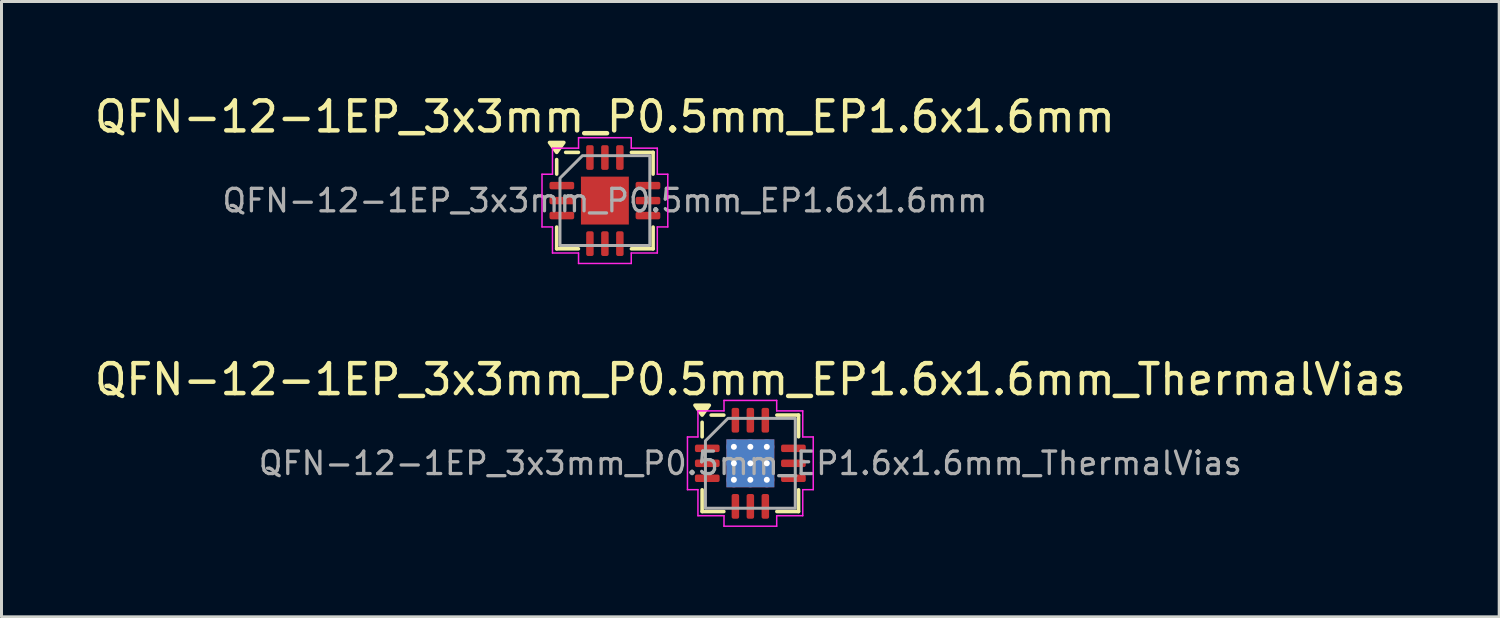
<source format=kicad_pcb>
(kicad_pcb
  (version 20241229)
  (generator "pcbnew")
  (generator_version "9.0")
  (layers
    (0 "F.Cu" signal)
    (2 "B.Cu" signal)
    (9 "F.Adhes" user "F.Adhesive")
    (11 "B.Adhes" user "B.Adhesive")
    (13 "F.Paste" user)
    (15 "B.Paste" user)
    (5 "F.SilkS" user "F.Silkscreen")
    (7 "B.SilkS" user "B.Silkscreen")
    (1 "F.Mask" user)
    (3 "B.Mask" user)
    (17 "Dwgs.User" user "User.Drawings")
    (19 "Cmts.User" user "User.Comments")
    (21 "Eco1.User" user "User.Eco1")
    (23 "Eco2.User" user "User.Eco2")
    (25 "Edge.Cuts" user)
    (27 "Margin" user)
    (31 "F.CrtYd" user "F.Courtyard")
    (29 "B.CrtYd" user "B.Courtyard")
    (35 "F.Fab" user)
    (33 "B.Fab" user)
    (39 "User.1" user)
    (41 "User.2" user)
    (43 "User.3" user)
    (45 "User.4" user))
  (footprint "QFN-12-1EP_3x3mm_P0.5mm_EP1.6x1.6mm_ThermalVias"
    (layer "F.Cu")
    (at 22.006 12.421)
    (property "Reference" "QFN-12-1EP_3x3mm_P0.5mm_EP1.6x1.6mm_ThermalVias" (at 0 -2.8 0) (layer "F.SilkS") (effects (font (size 1 1) (thickness 0.15))))
    (attr smd)
    (fp_line (start -1.61 -0.885) (end -1.61 -1.37) (stroke (width 0.12) (type solid)) (layer "F.SilkS"))
    (fp_line (start -1.61 1.61) (end -1.61 0.885) (stroke (width 0.12) (type solid)) (layer "F.SilkS"))
    (fp_line (start -0.885 -1.61) (end -1.31 -1.61) (stroke (width 0.12) (type solid)) (layer "F.SilkS"))
    (fp_line (start -0.885 1.61) (end -1.61 1.61) (stroke (width 0.12) (type solid)) (layer "F.SilkS"))
    (fp_line (start 0.885 -1.61) (end 1.61 -1.61) (stroke (width 0.12) (type solid)) (layer "F.SilkS"))
    (fp_line (start 0.885 1.61) (end 1.61 1.61) (stroke (width 0.12) (type solid)) (layer "F.SilkS"))
    (fp_line (start 1.61 -1.61) (end 1.61 -0.885) (stroke (width 0.12) (type solid)) (layer "F.SilkS"))
    (fp_line (start 1.61 1.61) (end 1.61 0.885) (stroke (width 0.12) (type solid)) (layer "F.SilkS"))
    (fp_poly (pts (xy -1.61 -1.61) (xy -1.85 -1.94) (xy -1.37 -1.94)) (stroke (width 0.12) (type solid)) (fill yes) (layer "F.SilkS"))
    (fp_line (start -2.1 -0.88) (end -1.75 -0.88) (stroke (width 0.05) (type solid)) (layer "F.CrtYd"))
    (fp_line (start -2.1 0.88) (end -2.1 -0.88) (stroke (width 0.05) (type solid)) (layer "F.CrtYd"))
    (fp_line (start -1.75 -1.75) (end -0.88 -1.75) (stroke (width 0.05) (type solid)) (layer "F.CrtYd"))
    (fp_line (start -1.75 -0.88) (end -1.75 -1.75) (stroke (width 0.05) (type solid)) (layer "F.CrtYd"))
    (fp_line (start -1.75 0.88) (end -2.1 0.88) (stroke (width 0.05) (type solid)) (layer "F.CrtYd"))
    (fp_line (start -1.75 1.75) (end -1.75 0.88) (stroke (width 0.05) (type solid)) (layer "F.CrtYd"))
    (fp_line (start -0.88 -2.1) (end 0.88 -2.1) (stroke (width 0.05) (type solid)) (layer "F.CrtYd"))
    (fp_line (start -0.88 -1.75) (end -0.88 -2.1) (stroke (width 0.05) (type solid)) (layer "F.CrtYd"))
    (fp_line (start -0.88 1.75) (end -1.75 1.75) (stroke (width 0.05) (type solid)) (layer "F.CrtYd"))
    (fp_line (start -0.88 2.1) (end -0.88 1.75) (stroke (width 0.05) (type solid)) (layer "F.CrtYd"))
    (fp_line (start 0.88 -2.1) (end 0.88 -1.75) (stroke (width 0.05) (type solid)) (layer "F.CrtYd"))
    (fp_line (start 0.88 -1.75) (end 1.75 -1.75) (stroke (width 0.05) (type solid)) (layer "F.CrtYd"))
    (fp_line (start 0.88 1.75) (end 0.88 2.1) (stroke (width 0.05) (type solid)) (layer "F.CrtYd"))
    (fp_line (start 0.88 2.1) (end -0.88 2.1) (stroke (width 0.05) (type solid)) (layer "F.CrtYd"))
    (fp_line (start 1.75 -1.75) (end 1.75 -0.88) (stroke (width 0.05) (type solid)) (layer "F.CrtYd"))
    (fp_line (start 1.75 -0.88) (end 2.1 -0.88) (stroke (width 0.05) (type solid)) (layer "F.CrtYd"))
    (fp_line (start 1.75 0.88) (end 1.75 1.75) (stroke (width 0.05) (type solid)) (layer "F.CrtYd"))
    (fp_line (start 1.75 1.75) (end 0.88 1.75) (stroke (width 0.05) (type solid)) (layer "F.CrtYd"))
    (fp_line (start 2.1 -0.88) (end 2.1 0.88) (stroke (width 0.05) (type solid)) (layer "F.CrtYd"))
    (fp_line (start 2.1 0.88) (end 1.75 0.88) (stroke (width 0.05) (type solid)) (layer "F.CrtYd"))
    (fp_poly (pts (xy -1.5 -0.75) (xy -1.5 1.5) (xy 1.5 1.5) (xy 1.5 -1.5) (xy -0.75 -1.5)) (stroke (width 0.1) (type solid)) (fill no) (layer "F.Fab"))
    (fp_text user "${REFERENCE}" (at 0 0 0) (layer "F.Fab") (effects (font (size 0.75 0.75) (thickness 0.11))))
    (pad "" smd roundrect (at -0.53 -0.53) (size 0.46 0.46) (layers "F.Paste") (roundrect_rratio 0.25))
    (pad "" smd roundrect (at -0.53 0) (size 0.46 0.46) (layers "F.Paste") (roundrect_rratio 0.25))
    (pad "" smd roundrect (at -0.53 0.53) (size 0.46 0.46) (layers "F.Paste") (roundrect_rratio 0.25))
    (pad "" smd roundrect (at 0 -0.53) (size 0.46 0.46) (layers "F.Paste") (roundrect_rratio 0.25))
    (pad "" smd roundrect (at 0 0) (size 0.46 0.46) (layers "F.Paste") (roundrect_rratio 0.25))
    (pad "" smd roundrect (at 0 0.53) (size 0.46 0.46) (layers "F.Paste") (roundrect_rratio 0.25))
    (pad "" smd roundrect (at 0.53 -0.53) (size 0.46 0.46) (layers "F.Paste") (roundrect_rratio 0.25))
    (pad "" smd roundrect (at 0.53 0) (size 0.46 0.46) (layers "F.Paste") (roundrect_rratio 0.25))
    (pad "" smd roundrect (at 0.53 0.53) (size 0.46 0.46) (layers "F.Paste") (roundrect_rratio 0.25))
    (pad "1" smd roundrect (at -1.438 -0.5) (size 0.825 0.25) (layers "F.Cu" "F.Mask" "F.Paste") (roundrect_rratio 0.25))
    (pad "2" smd roundrect (at -1.438 0) (size 0.825 0.25) (layers "F.Cu" "F.Mask" "F.Paste") (roundrect_rratio 0.25))
    (pad "3" smd roundrect (at -1.438 0.5) (size 0.825 0.25) (layers "F.Cu" "F.Mask" "F.Paste") (roundrect_rratio 0.25))
    (pad "4" smd roundrect (at -0.5 1.438) (size 0.25 0.825) (layers "F.Cu" "F.Mask" "F.Paste") (roundrect_rratio 0.25))
    (pad "5" smd roundrect (at 0 1.438) (size 0.25 0.825) (layers "F.Cu" "F.Mask" "F.Paste") (roundrect_rratio 0.25))
    (pad "6" smd roundrect (at 0.5 1.438) (size 0.25 0.825) (layers "F.Cu" "F.Mask" "F.Paste") (roundrect_rratio 0.25))
    (pad "7" smd roundrect (at 1.438 0.5) (size 0.825 0.25) (layers "F.Cu" "F.Mask" "F.Paste") (roundrect_rratio 0.25))
    (pad "8" smd roundrect (at 1.438 0) (size 0.825 0.25) (layers "F.Cu" "F.Mask" "F.Paste") (roundrect_rratio 0.25))
    (pad "9" smd roundrect (at 1.438 -0.5) (size 0.825 0.25) (layers "F.Cu" "F.Mask" "F.Paste") (roundrect_rratio 0.25))
    (pad "10" smd roundrect (at 0.5 -1.438) (size 0.25 0.825) (layers "F.Cu" "F.Mask" "F.Paste") (roundrect_rratio 0.25))
    (pad "11" smd roundrect (at 0 -1.438) (size 0.25 0.825) (layers "F.Cu" "F.Mask" "F.Paste") (roundrect_rratio 0.25))
    (pad "12" smd roundrect (at -0.5 -1.438) (size 0.25 0.825) (layers "F.Cu" "F.Mask" "F.Paste") (roundrect_rratio 0.25))
    (pad "13" thru_hole circle (at -0.55 -0.55) (size 0.5 0.5) (drill 0.2) (property pad_prop_heatsink) (layers "*.Cu"))
    (pad "13" thru_hole circle (at -0.55 0) (size 0.5 0.5) (drill 0.2) (property pad_prop_heatsink) (layers "*.Cu"))
    (pad "13" thru_hole circle (at -0.55 0.55) (size 0.5 0.5) (drill 0.2) (property pad_prop_heatsink) (layers "*.Cu"))
    (pad "13" thru_hole circle (at 0 -0.55) (size 0.5 0.5) (drill 0.2) (property pad_prop_heatsink) (layers "*.Cu"))
    (pad "13" thru_hole circle (at 0 0) (size 0.5 0.5) (drill 0.2) (property pad_prop_heatsink) (layers "*.Cu"))
    (pad "13" smd rect (at 0 0) (size 1.6 1.6) (property pad_prop_heatsink) (layers "F.Cu" "F.Mask"))
    (pad "13" smd rect (at 0 0) (size 1.6 1.6) (property pad_prop_heatsink) (layers "B.Cu"))
    (pad "13" thru_hole circle (at 0 0.55) (size 0.5 0.5) (drill 0.2) (property pad_prop_heatsink) (layers "*.Cu"))
    (pad "13" thru_hole circle (at 0.55 -0.55) (size 0.5 0.5) (drill 0.2) (property pad_prop_heatsink) (layers "*.Cu"))
    (pad "13" thru_hole circle (at 0.55 0) (size 0.5 0.5) (drill 0.2) (property pad_prop_heatsink) (layers "*.Cu"))
    (pad "13" thru_hole circle (at 0.55 0.55) (size 0.5 0.5) (drill 0.2) (property pad_prop_heatsink) (layers "*.Cu")))
  (footprint "QFN-12-1EP_3x3mm_P0.5mm_EP1.6x1.6mm"
    (layer "F.Cu")
    (at 17.149 3.648)
    (property "Reference" "QFN-12-1EP_3x3mm_P0.5mm_EP1.6x1.6mm" (at 0 -2.8 0) (layer "F.SilkS") (effects (font (size 1 1) (thickness 0.15))))
    (attr smd)
    (fp_line (start -1.61 -0.885) (end -1.61 -1.37) (stroke (width 0.12) (type solid)) (layer "F.SilkS"))
    (fp_line (start -1.61 1.61) (end -1.61 0.885) (stroke (width 0.12) (type solid)) (layer "F.SilkS"))
    (fp_line (start -0.885 -1.61) (end -1.31 -1.61) (stroke (width 0.12) (type solid)) (layer "F.SilkS"))
    (fp_line (start -0.885 1.61) (end -1.61 1.61) (stroke (width 0.12) (type solid)) (layer "F.SilkS"))
    (fp_line (start 0.885 -1.61) (end 1.61 -1.61) (stroke (width 0.12) (type solid)) (layer "F.SilkS"))
    (fp_line (start 0.885 1.61) (end 1.61 1.61) (stroke (width 0.12) (type solid)) (layer "F.SilkS"))
    (fp_line (start 1.61 -1.61) (end 1.61 -0.885) (stroke (width 0.12) (type solid)) (layer "F.SilkS"))
    (fp_line (start 1.61 1.61) (end 1.61 0.885) (stroke (width 0.12) (type solid)) (layer "F.SilkS"))
    (fp_poly (pts (xy -1.61 -1.61) (xy -1.85 -1.94) (xy -1.37 -1.94)) (stroke (width 0.12) (type solid)) (fill yes) (layer "F.SilkS"))
    (fp_line (start -2.1 -0.88) (end -1.75 -0.88) (stroke (width 0.05) (type solid)) (layer "F.CrtYd"))
    (fp_line (start -2.1 0.88) (end -2.1 -0.88) (stroke (width 0.05) (type solid)) (layer "F.CrtYd"))
    (fp_line (start -1.75 -1.75) (end -0.88 -1.75) (stroke (width 0.05) (type solid)) (layer "F.CrtYd"))
    (fp_line (start -1.75 -0.88) (end -1.75 -1.75) (stroke (width 0.05) (type solid)) (layer "F.CrtYd"))
    (fp_line (start -1.75 0.88) (end -2.1 0.88) (stroke (width 0.05) (type solid)) (layer "F.CrtYd"))
    (fp_line (start -1.75 1.75) (end -1.75 0.88) (stroke (width 0.05) (type solid)) (layer "F.CrtYd"))
    (fp_line (start -0.88 -2.1) (end 0.88 -2.1) (stroke (width 0.05) (type solid)) (layer "F.CrtYd"))
    (fp_line (start -0.88 -1.75) (end -0.88 -2.1) (stroke (width 0.05) (type solid)) (layer "F.CrtYd"))
    (fp_line (start -0.88 1.75) (end -1.75 1.75) (stroke (width 0.05) (type solid)) (layer "F.CrtYd"))
    (fp_line (start -0.88 2.1) (end -0.88 1.75) (stroke (width 0.05) (type solid)) (layer "F.CrtYd"))
    (fp_line (start 0.88 -2.1) (end 0.88 -1.75) (stroke (width 0.05) (type solid)) (layer "F.CrtYd"))
    (fp_line (start 0.88 -1.75) (end 1.75 -1.75) (stroke (width 0.05) (type solid)) (layer "F.CrtYd"))
    (fp_line (start 0.88 1.75) (end 0.88 2.1) (stroke (width 0.05) (type solid)) (layer "F.CrtYd"))
    (fp_line (start 0.88 2.1) (end -0.88 2.1) (stroke (width 0.05) (type solid)) (layer "F.CrtYd"))
    (fp_line (start 1.75 -1.75) (end 1.75 -0.88) (stroke (width 0.05) (type solid)) (layer "F.CrtYd"))
    (fp_line (start 1.75 -0.88) (end 2.1 -0.88) (stroke (width 0.05) (type solid)) (layer "F.CrtYd"))
    (fp_line (start 1.75 0.88) (end 1.75 1.75) (stroke (width 0.05) (type solid)) (layer "F.CrtYd"))
    (fp_line (start 1.75 1.75) (end 0.88 1.75) (stroke (width 0.05) (type solid)) (layer "F.CrtYd"))
    (fp_line (start 2.1 -0.88) (end 2.1 0.88) (stroke (width 0.05) (type solid)) (layer "F.CrtYd"))
    (fp_line (start 2.1 0.88) (end 1.75 0.88) (stroke (width 0.05) (type solid)) (layer "F.CrtYd"))
    (fp_poly (pts (xy -1.5 -0.75) (xy -1.5 1.5) (xy 1.5 1.5) (xy 1.5 -1.5) (xy -0.75 -1.5)) (stroke (width 0.1) (type solid)) (fill no) (layer "F.Fab"))
    (fp_text user "${REFERENCE}" (at 0 0 0) (layer "F.Fab") (effects (font (size 0.75 0.75) (thickness 0.11))))
    (pad "" smd roundrect (at -0.4 -0.4) (size 0.64 0.64) (layers "F.Paste") (roundrect_rratio 0.25))
    (pad "" smd roundrect (at -0.4 0.4) (size 0.64 0.64) (layers "F.Paste") (roundrect_rratio 0.25))
    (pad "" smd roundrect (at 0.4 -0.4) (size 0.64 0.64) (layers "F.Paste") (roundrect_rratio 0.25))
    (pad "" smd roundrect (at 0.4 0.4) (size 0.64 0.64) (layers "F.Paste") (roundrect_rratio 0.25))
    (pad "1" smd roundrect (at -1.438 -0.5) (size 0.825 0.25) (layers "F.Cu" "F.Mask" "F.Paste") (roundrect_rratio 0.25))
    (pad "2" smd roundrect (at -1.438 0) (size 0.825 0.25) (layers "F.Cu" "F.Mask" "F.Paste") (roundrect_rratio 0.25))
    (pad "3" smd roundrect (at -1.438 0.5) (size 0.825 0.25) (layers "F.Cu" "F.Mask" "F.Paste") (roundrect_rratio 0.25))
    (pad "4" smd roundrect (at -0.5 1.438) (size 0.25 0.825) (layers "F.Cu" "F.Mask" "F.Paste") (roundrect_rratio 0.25))
    (pad "5" smd roundrect (at 0 1.438) (size 0.25 0.825) (layers "F.Cu" "F.Mask" "F.Paste") (roundrect_rratio 0.25))
    (pad "6" smd roundrect (at 0.5 1.438) (size 0.25 0.825) (layers "F.Cu" "F.Mask" "F.Paste") (roundrect_rratio 0.25))
    (pad "7" smd roundrect (at 1.438 0.5) (size 0.825 0.25) (layers "F.Cu" "F.Mask" "F.Paste") (roundrect_rratio 0.25))
    (pad "8" smd roundrect (at 1.438 0) (size 0.825 0.25) (layers "F.Cu" "F.Mask" "F.Paste") (roundrect_rratio 0.25))
    (pad "9" smd roundrect (at 1.438 -0.5) (size 0.825 0.25) (layers "F.Cu" "F.Mask" "F.Paste") (roundrect_rratio 0.25))
    (pad "10" smd roundrect (at 0.5 -1.438) (size 0.25 0.825) (layers "F.Cu" "F.Mask" "F.Paste") (roundrect_rratio 0.25))
    (pad "11" smd roundrect (at 0 -1.438) (size 0.25 0.825) (layers "F.Cu" "F.Mask" "F.Paste") (roundrect_rratio 0.25))
    (pad "12" smd roundrect (at -0.5 -1.438) (size 0.25 0.825) (layers "F.Cu" "F.Mask" "F.Paste") (roundrect_rratio 0.25))
    (pad "13" smd rect (at 0 0) (size 1.6 1.6) (property pad_prop_heatsink) (layers "F.Cu" "F.Mask")))
  (gr_rect
    (start -3 -3)
    (end 47.012 17.547)
    (stroke (width 0.1) (type default))
    (fill no)
    (layer "Edge.Cuts")))
</source>
